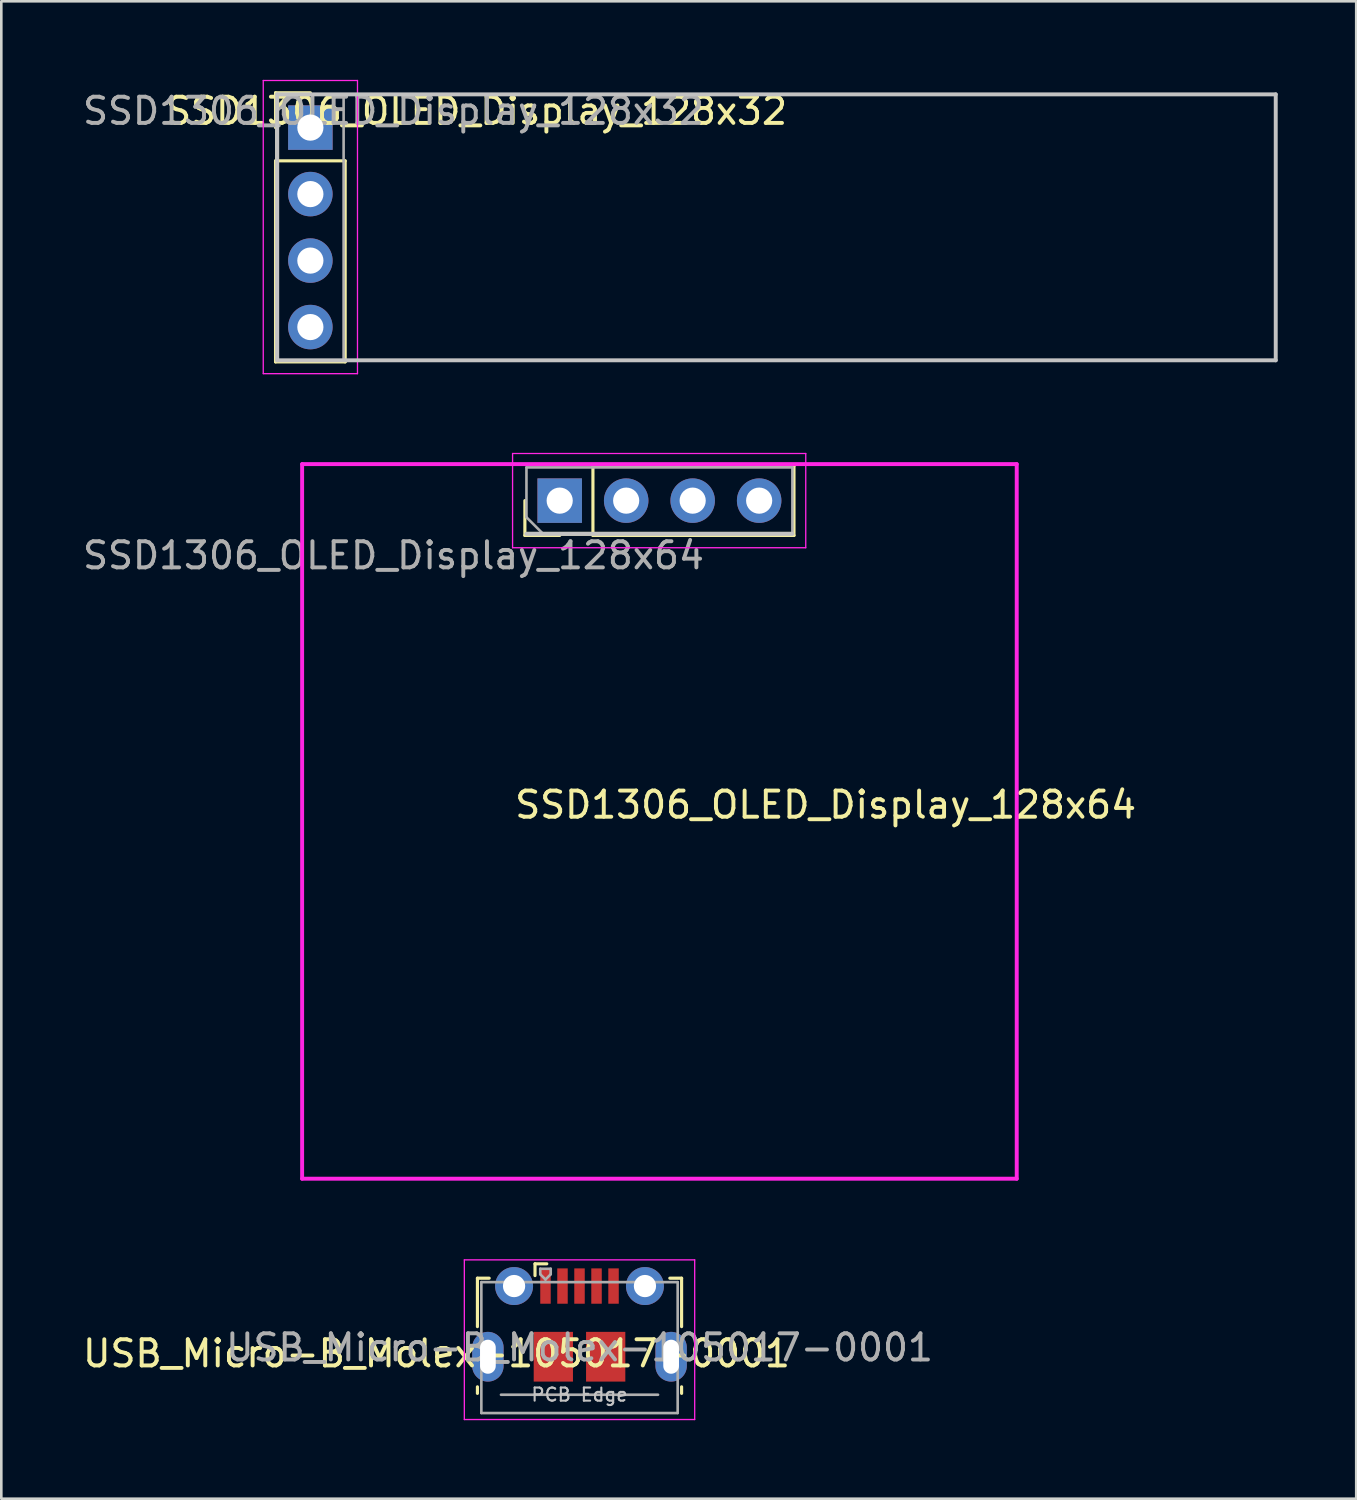
<source format=kicad_pcb>
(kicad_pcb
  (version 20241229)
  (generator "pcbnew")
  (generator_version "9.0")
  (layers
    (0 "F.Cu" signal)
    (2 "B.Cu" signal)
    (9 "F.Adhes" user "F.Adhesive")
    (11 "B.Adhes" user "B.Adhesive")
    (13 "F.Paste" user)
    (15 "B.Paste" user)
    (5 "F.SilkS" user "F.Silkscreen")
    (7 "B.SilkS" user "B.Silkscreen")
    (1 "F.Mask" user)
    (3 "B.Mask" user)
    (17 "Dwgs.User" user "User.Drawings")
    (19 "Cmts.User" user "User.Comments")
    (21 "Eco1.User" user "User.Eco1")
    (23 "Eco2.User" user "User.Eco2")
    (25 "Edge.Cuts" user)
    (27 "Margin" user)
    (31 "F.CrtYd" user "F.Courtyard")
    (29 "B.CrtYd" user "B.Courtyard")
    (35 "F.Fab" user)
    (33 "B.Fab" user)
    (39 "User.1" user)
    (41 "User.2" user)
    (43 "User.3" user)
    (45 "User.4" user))
  (footprint "SSD1306_OLED_Display_128x64"
    (layer "F.Cu")
    (at 22.142 28.331)
    (property "Reference" "SSD1306_OLED_Display_128x64" (at 6.35 -0.635 0) (layer "F.SilkS") (effects (font (size 1 1) (thickness 0.15))))
    (attr through_hole)
    (fp_line (start -5.14 -10.925) (end -5.14 -12.255) (stroke (width 0.12) (type solid)) (layer "F.SilkS"))
    (fp_line (start -3.81 -10.925) (end -5.14 -10.925) (stroke (width 0.12) (type solid)) (layer "F.SilkS"))
    (fp_line (start -2.54 -13.585) (end 5.14 -13.585) (stroke (width 0.12) (type solid)) (layer "F.SilkS"))
    (fp_line (start -2.54 -10.925) (end -2.54 -13.585) (stroke (width 0.12) (type solid)) (layer "F.SilkS"))
    (fp_line (start -2.54 -10.925) (end 5.14 -10.925) (stroke (width 0.12) (type solid)) (layer "F.SilkS"))
    (fp_line (start 5.08 -10.986) (end -5.08 -10.986) (stroke (width 0.15) (type solid)) (layer "F.SilkS"))
    (fp_line (start 5.14 -10.925) (end 5.14 -13.585) (stroke (width 0.12) (type solid)) (layer "F.SilkS"))
    (fp_line (start 5.08 -10.986) (end -5.08 -10.986) (stroke (width 0.15) (type solid)) (layer "Dwgs.User"))
    (fp_line (start -13.65 -13.65) (end 13.65 -13.65) (stroke (width 0.15) (type solid)) (layer "F.CrtYd"))
    (fp_line (start -13.65 13.65) (end -13.65 -13.65) (stroke (width 0.15) (type solid)) (layer "F.CrtYd"))
    (fp_line (start -5.61 -14.056) (end -5.61 -10.456) (stroke (width 0.05) (type solid)) (layer "F.CrtYd"))
    (fp_line (start -5.61 -10.456) (end 5.59 -10.456) (stroke (width 0.05) (type solid)) (layer "F.CrtYd"))
    (fp_line (start 5.59 -14.056) (end -5.61 -14.056) (stroke (width 0.05) (type solid)) (layer "F.CrtYd"))
    (fp_line (start 5.59 -10.456) (end 5.59 -14.056) (stroke (width 0.05) (type solid)) (layer "F.CrtYd"))
    (fp_line (start 13.65 13.65) (end -13.65 13.65) (stroke (width 0.15) (type solid)) (layer "F.CrtYd"))
    (fp_line (start 13.65 13.65) (end 13.65 -13.65) (stroke (width 0.15) (type solid)) (layer "F.CrtYd"))
    (fp_line (start -5.08 -13.525) (end 5.08 -13.525) (stroke (width 0.1) (type solid)) (layer "F.Fab"))
    (fp_line (start -5.08 -11.62) (end -5.08 -13.525) (stroke (width 0.1) (type solid)) (layer "F.Fab"))
    (fp_line (start -4.445 -10.986) (end -5.08 -11.62) (stroke (width 0.1) (type solid)) (layer "F.Fab"))
    (fp_line (start 5.08 -13.525) (end 5.08 -10.986) (stroke (width 0.1) (type solid)) (layer "F.Fab"))
    (fp_line (start 5.08 -10.986) (end -4.445 -10.986) (stroke (width 0.1) (type solid)) (layer "F.Fab"))
    (fp_text user "${REFERENCE}" (at -10.16 -10.16 0) (layer "F.Fab") (effects (font (size 1 1) (thickness 0.15))))
    (pad "1" thru_hole oval (at 3.81 -12.255 90) (size 1.7 1.7) (drill 1) (layers "*.Cu" "*.Mask"))
    (pad "2" thru_hole oval (at 1.27 -12.255 90) (size 1.7 1.7) (drill 1) (layers "*.Cu" "*.Mask"))
    (pad "3" thru_hole oval (at -1.27 -12.255 90) (size 1.7 1.7) (drill 1) (layers "*.Cu" "*.Mask"))
    (pad "4" thru_hole rect (at -3.81 -12.255 90) (size 1.7 1.7) (drill 1) (layers "*.Cu" "*.Mask")))
  (footprint "USB_Micro-B_Molex-105017-0001"
    (layer "F.Cu")
    (at 19.089 48.431)
    (property "Reference" "USB_Micro-B_Molex-105017-0001" (at -5.464 0.228 0) (layer "F.SilkS") (effects (font (size 1 1) (thickness 0.15))))
    (attr smd)
    (fp_line (start -3.9 -2.65) (end -3.45 -2.65) (stroke (width 0.12) (type solid)) (layer "F.SilkS"))
    (fp_line (start -3.9 -0.8) (end -3.9 -2.65) (stroke (width 0.12) (type solid)) (layer "F.SilkS"))
    (fp_line (start -3.9 1.75) (end -3.9 1.5) (stroke (width 0.12) (type solid)) (layer "F.SilkS"))
    (fp_line (start -1.7 -3.2) (end -1.7 -2.75) (stroke (width 0.12) (type solid)) (layer "F.SilkS"))
    (fp_line (start -1.7 -3.2) (end -1.25 -3.2) (stroke (width 0.12) (type solid)) (layer "F.SilkS"))
    (fp_line (start 3.9 -2.65) (end 3.45 -2.65) (stroke (width 0.12) (type solid)) (layer "F.SilkS"))
    (fp_line (start 3.9 -0.8) (end 3.9 -2.65) (stroke (width 0.12) (type solid)) (layer "F.SilkS"))
    (fp_line (start 3.9 1.75) (end 3.9 1.5) (stroke (width 0.12) (type solid)) (layer "F.SilkS"))
    (fp_line (start -4.4 -3.35) (end 4.4 -3.35) (stroke (width 0.05) (type solid)) (layer "F.CrtYd"))
    (fp_line (start -4.4 2.75) (end -4.4 -3.35) (stroke (width 0.05) (type solid)) (layer "F.CrtYd"))
    (fp_line (start -4.4 2.75) (end 4.4 2.75) (stroke (width 0.05) (type solid)) (layer "F.CrtYd"))
    (fp_line (start 4.4 -3.35) (end 4.4 2.75) (stroke (width 0.05) (type solid)) (layer "F.CrtYd"))
    (fp_line (start -3.75 -2.5) (end 3.75 -2.5) (stroke (width 0.1) (type solid)) (layer "F.Fab"))
    (fp_line (start -3.75 2.5) (end -3.75 -2.5) (stroke (width 0.1) (type solid)) (layer "F.Fab"))
    (fp_line (start -3.75 2.502) (end 3.75 2.502) (stroke (width 0.1) (type solid)) (layer "F.Fab"))
    (fp_line (start -3 1.802) (end 3 1.802) (stroke (width 0.1) (type solid)) (layer "F.Fab"))
    (fp_line (start -1.5 -3.01) (end -1.5 -2.8) (stroke (width 0.1) (type solid)) (layer "F.Fab"))
    (fp_line (start -1.5 -3.01) (end -1.1 -3.01) (stroke (width 0.1) (type solid)) (layer "F.Fab"))
    (fp_line (start -1.3 -2.6) (end -1.5 -2.8) (stroke (width 0.1) (type solid)) (layer "F.Fab"))
    (fp_line (start -1.1 -3.01) (end -1.1 -2.8) (stroke (width 0.1) (type solid)) (layer "F.Fab"))
    (fp_line (start -1.1 -2.8) (end -1.3 -2.6) (stroke (width 0.1) (type solid)) (layer "F.Fab"))
    (fp_line (start 3.75 2.5) (end 3.75 -2.5) (stroke (width 0.1) (type solid)) (layer "F.Fab"))
    (fp_text user "PCB Edge" (at 0 1.8 0) (layer "Dwgs.User") (effects (font (size 0.5 0.5) (thickness 0.08))))
    (fp_text user "${REFERENCE}" (at 0 0 0) (layer "F.Fab") (effects (font (size 1 1) (thickness 0.15))))
    (pad "1" smd rect (at -1.3 -2.35) (size 0.4 1.35) (layers "F.Cu" "F.Mask" "F.Paste"))
    (pad "2" smd rect (at -0.65 -2.35) (size 0.4 1.35) (layers "F.Cu" "F.Mask" "F.Paste"))
    (pad "3" smd rect (at 0 -2.35) (size 0.4 1.35) (layers "F.Cu" "F.Mask" "F.Paste"))
    (pad "4" smd rect (at 0.65 -2.35) (size 0.4 1.35) (layers "F.Cu" "F.Mask" "F.Paste"))
    (pad "5" smd rect (at 1.3 -2.35) (size 0.4 1.35) (layers "F.Cu" "F.Mask" "F.Paste"))
    (pad "6" thru_hole oval (at -3.5 0.35 180) (size 1.2 1.9) (drill oval 0.6 1.3) (layers "*.Cu" "*.Mask"))
    (pad "6" thru_hole circle (at -2.5 -2.35) (size 1.45 1.45) (drill 0.85) (layers "*.Cu" "*.Mask"))
    (pad "6" smd rect (at -1 0.35) (size 1.5 1.9) (layers "F.Cu" "F.Mask" "F.Paste"))
    (pad "6" smd rect (at 1 0.35) (size 1.5 1.9) (layers "F.Cu" "F.Mask" "F.Paste"))
    (pad "6" thru_hole circle (at 2.5 -2.35) (size 1.45 1.45) (drill 0.85) (layers "*.Cu" "*.Mask"))
    (pad "6" thru_hole oval (at 3.5 0.35) (size 1.2 1.9) (drill oval 0.6 1.3) (layers "*.Cu" "*.Mask")))
  (footprint "SSD1306_OLED_Display_128x32"
    (layer "F.Cu")
    (at 8.807 1.825)
    (property "Reference" "SSD1306_OLED_Display_128x32" (at 6.35 -0.635 0) (layer "F.SilkS") (effects (font (size 1 1) (thickness 0.15))))
    (attr through_hole)
    (fp_line (start -1.33 -1.33) (end 0 -1.33) (stroke (width 0.12) (type solid)) (layer "F.SilkS"))
    (fp_line (start -1.33 0) (end -1.33 -1.33) (stroke (width 0.12) (type solid)) (layer "F.SilkS"))
    (fp_line (start -1.33 1.27) (end -1.33 8.95) (stroke (width 0.12) (type solid)) (layer "F.SilkS"))
    (fp_line (start -1.33 1.27) (end 1.33 1.27) (stroke (width 0.12) (type solid)) (layer "F.SilkS"))
    (fp_line (start -1.33 8.95) (end 1.33 8.95) (stroke (width 0.12) (type solid)) (layer "F.SilkS"))
    (fp_line (start -1.27 8.89) (end -1.27 -1.27) (stroke (width 0.15) (type solid)) (layer "F.SilkS"))
    (fp_line (start 1.33 1.27) (end 1.33 8.95) (stroke (width 0.12) (type solid)) (layer "F.SilkS"))
    (fp_line (start -1.27 -1.27) (end 36.88 -1.27) (stroke (width 0.15) (type solid)) (layer "Dwgs.User"))
    (fp_line (start -1.27 8.89) (end -1.27 -1.27) (stroke (width 0.15) (type solid)) (layer "Dwgs.User"))
    (fp_line (start 36.88 -1.27) (end 36.88 8.89) (stroke (width 0.15) (type solid)) (layer "Dwgs.User"))
    (fp_line (start 36.88 8.89) (end -1.27 8.89) (stroke (width 0.15) (type solid)) (layer "Dwgs.User"))
    (fp_line (start -1.8 -1.8) (end -1.8 9.4) (stroke (width 0.05) (type solid)) (layer "F.CrtYd"))
    (fp_line (start -1.8 9.4) (end 1.8 9.4) (stroke (width 0.05) (type solid)) (layer "F.CrtYd"))
    (fp_line (start 1.8 -1.8) (end -1.8 -1.8) (stroke (width 0.05) (type solid)) (layer "F.CrtYd"))
    (fp_line (start 1.8 9.4) (end 1.8 -1.8) (stroke (width 0.05) (type solid)) (layer "F.CrtYd"))
    (fp_line (start -1.27 -0.635) (end -0.635 -1.27) (stroke (width 0.1) (type solid)) (layer "F.Fab"))
    (fp_line (start -1.27 8.89) (end -1.27 -0.635) (stroke (width 0.1) (type solid)) (layer "F.Fab"))
    (fp_line (start -0.635 -1.27) (end 1.27 -1.27) (stroke (width 0.1) (type solid)) (layer "F.Fab"))
    (fp_line (start 1.27 -1.27) (end 1.27 8.89) (stroke (width 0.1) (type solid)) (layer "F.Fab"))
    (fp_line (start 1.27 8.89) (end -1.27 8.89) (stroke (width 0.1) (type solid)) (layer "F.Fab"))
    (fp_text user "${REFERENCE}" (at 3.175 -0.635 180) (layer "F.Fab") (effects (font (size 1 1) (thickness 0.15))))
    (pad "1" thru_hole oval (at 0 7.62) (size 1.7 1.7) (drill 1) (layers "*.Cu" "*.Mask"))
    (pad "2" thru_hole oval (at 0 5.08) (size 1.7 1.7) (drill 1) (layers "*.Cu" "*.Mask"))
    (pad "3" thru_hole oval (at 0 2.54) (size 1.7 1.7) (drill 1) (layers "*.Cu" "*.Mask"))
    (pad "4" thru_hole rect (at 0 0) (size 1.7 1.7) (drill 1) (layers "*.Cu" "*.Mask")))
  (gr_rect
    (start -3 -3)
    (end 48.762 54.206)
    (stroke (width 0.1) (type default))
    (fill no)
    (layer "Edge.Cuts")))
</source>
